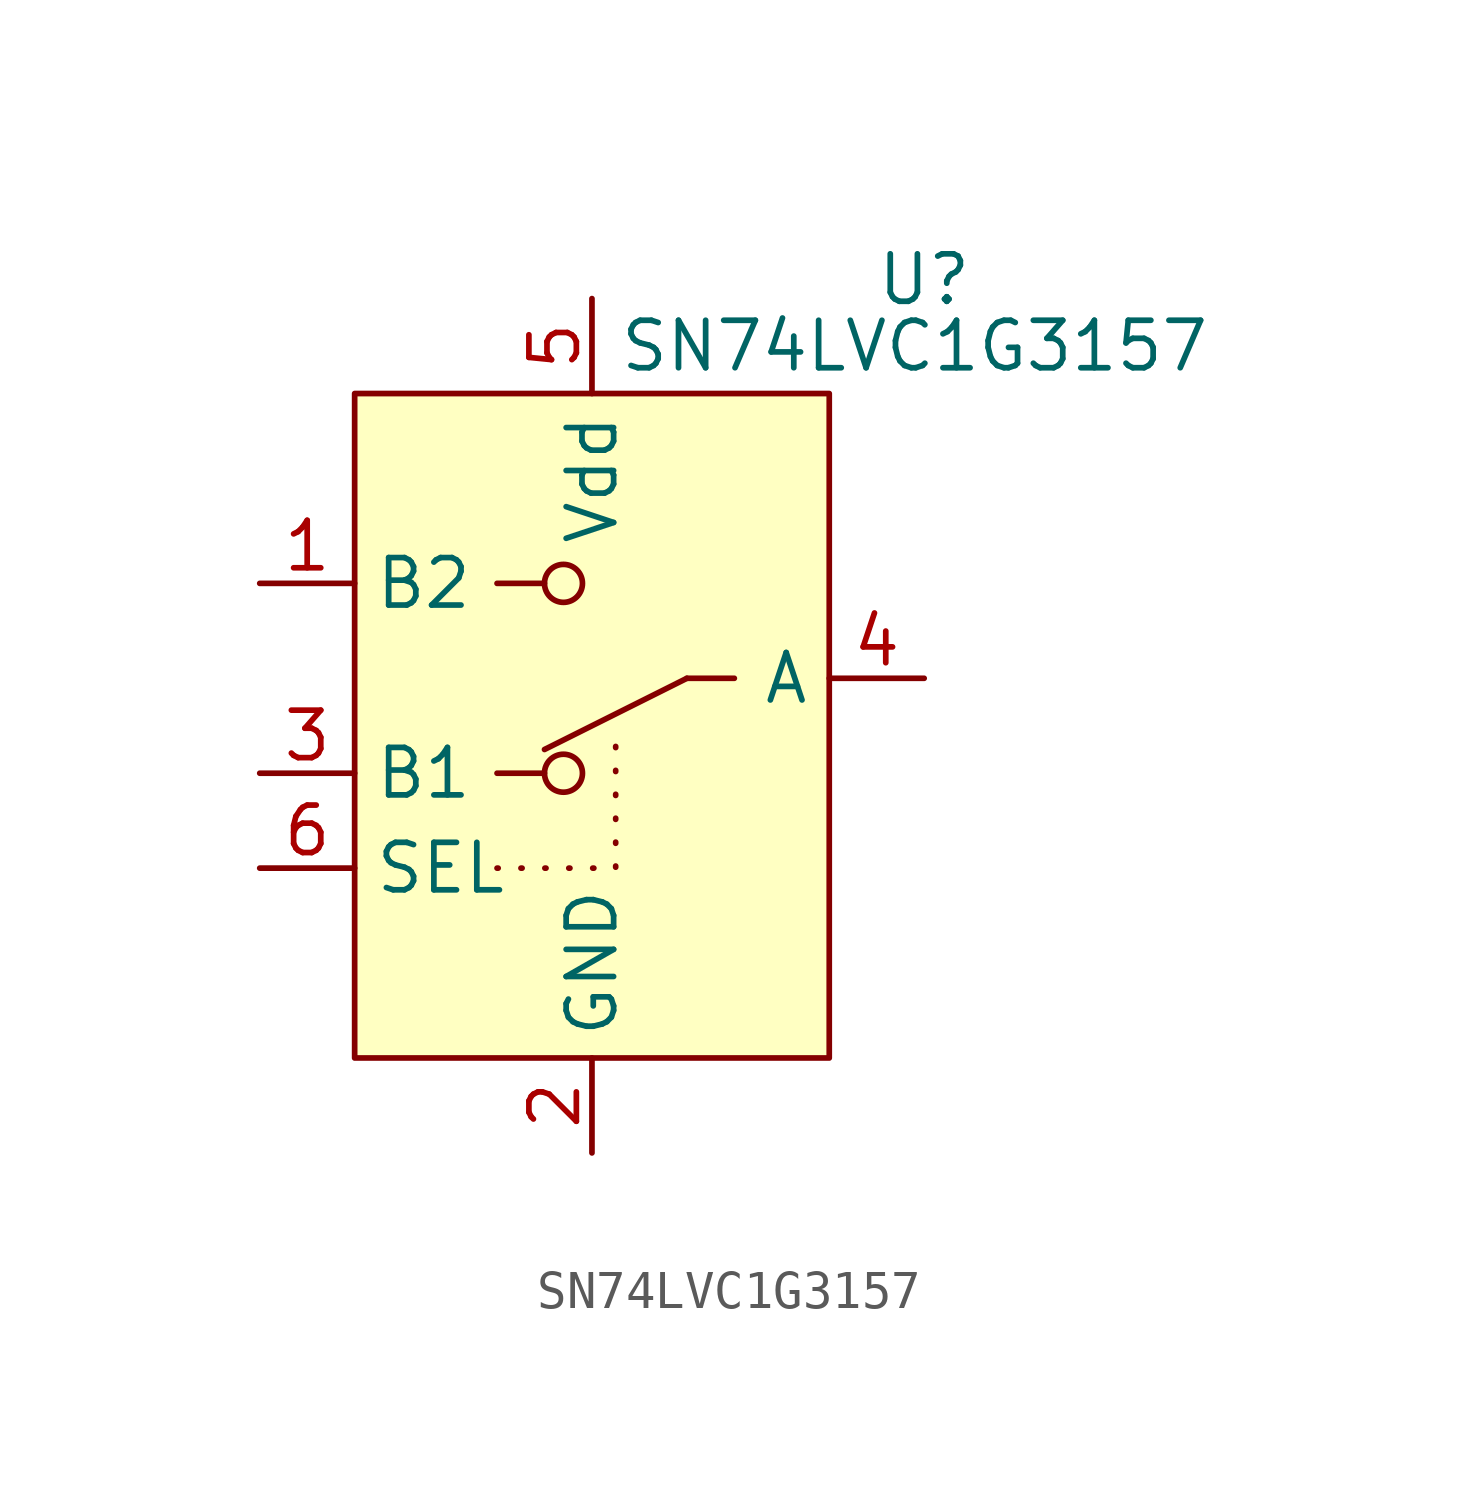
<source format=kicad_sym>
(kicad_symbol_lib
  (version 20231120)
  (generator "kicad_symbol_editor")
  (generator_version "8.0")
  (symbol "SN74LVC1G3157"
    (property "Reference" "U"
      (at 8.89 9.398 0)
      (effects (font (size 1.27 1.27))))
    (property "Value" "SN74LVC1G3157"
      (at 8.636 7.62 0)
      (effects (font (size 1.27 1.27))))
    (symbol "SN74LVC1G3157_0_1"
      (circle (center -0.762 -3.81) (radius 0.508) (stroke (width 0) (type default)) (fill (type none)))
      (circle (center -0.762 1.27) (radius 0.508) (stroke (width 0) (type default)) (fill (type none)))
      (polyline (pts (xy -2.54 -3.81) (xy -1.27 -3.81)) (stroke (width 0) (type default)) (fill (type none)))
      (polyline (pts (xy -2.54 1.27) (xy -1.27 1.27)) (stroke (width 0) (type default)) (fill (type none)))
      (polyline (pts (xy 2.54 -1.27) (xy -1.27 -3.175)) (stroke (width 0) (type default)) (fill (type none)))
      (polyline (pts (xy 3.81 -1.27) (xy 2.54 -1.27)) (stroke (width 0) (type default)) (fill (type none))))
    (symbol "SN74LVC1G3157_1_1"
      (rectangle (start -6.35 6.35) (end 6.35 -11.43) (stroke (width 0) (type default)) (fill (type background)))
      (polyline (pts (xy -2.54 -6.35) (xy 0.635 -6.35) (xy 0.635 -2.54)) (stroke (width 0) (type dot)) (fill (type none)))
      (pin bidirectional line (at -8.89 1.27 0) (length 2.54) (name "B2" (effects (font (size 1.27 1.27)))) (number "1" (effects (font (size 1.27 1.27)))))
      (pin power_in line (at 0 -13.97 90) (length 2.54) (name "GND" (effects (font (size 1.27 1.27)))) (number "2" (effects (font (size 1.27 1.27)))))
      (pin bidirectional line (at -8.89 -3.81 0) (length 2.54) (name "B1" (effects (font (size 1.27 1.27)))) (number "3" (effects (font (size 1.27 1.27)))))
      (pin bidirectional line (at 8.89 -1.27 180) (length 2.54) (name "A" (effects (font (size 1.27 1.27)))) (number "4" (effects (font (size 1.27 1.27)))))
      (pin power_in line (at 0 8.89 270) (length 2.54) (name "Vdd" (effects (font (size 1.27 1.27)))) (number "5" (effects (font (size 1.27 1.27)))))
      (pin input line (at -8.89 -6.35 0) (length 2.54) (name "SEL" (effects (font (size 1.27 1.27)))) (number "6" (effects (font (size 1.27 1.27))))))))
</source>
